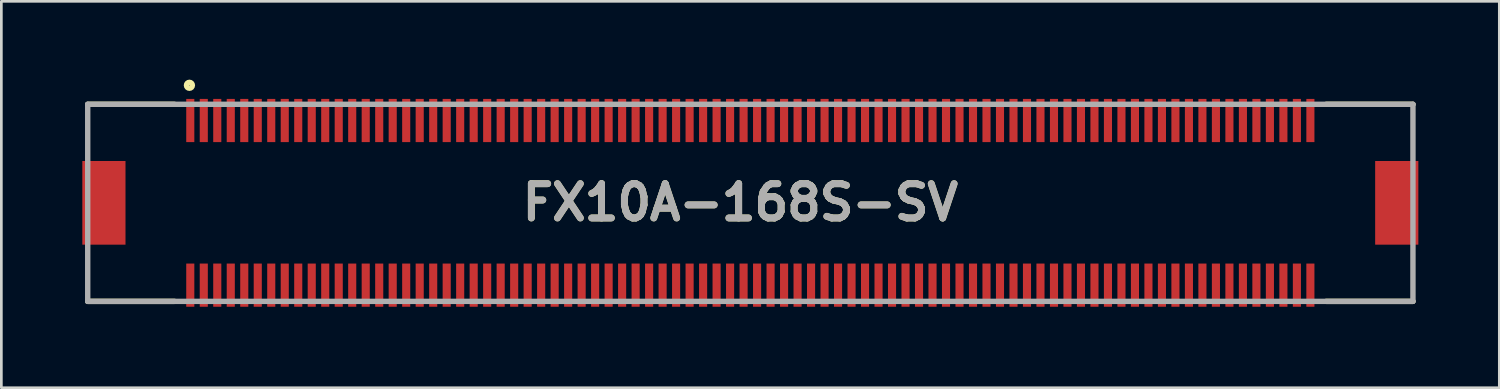
<source format=kicad_pcb>
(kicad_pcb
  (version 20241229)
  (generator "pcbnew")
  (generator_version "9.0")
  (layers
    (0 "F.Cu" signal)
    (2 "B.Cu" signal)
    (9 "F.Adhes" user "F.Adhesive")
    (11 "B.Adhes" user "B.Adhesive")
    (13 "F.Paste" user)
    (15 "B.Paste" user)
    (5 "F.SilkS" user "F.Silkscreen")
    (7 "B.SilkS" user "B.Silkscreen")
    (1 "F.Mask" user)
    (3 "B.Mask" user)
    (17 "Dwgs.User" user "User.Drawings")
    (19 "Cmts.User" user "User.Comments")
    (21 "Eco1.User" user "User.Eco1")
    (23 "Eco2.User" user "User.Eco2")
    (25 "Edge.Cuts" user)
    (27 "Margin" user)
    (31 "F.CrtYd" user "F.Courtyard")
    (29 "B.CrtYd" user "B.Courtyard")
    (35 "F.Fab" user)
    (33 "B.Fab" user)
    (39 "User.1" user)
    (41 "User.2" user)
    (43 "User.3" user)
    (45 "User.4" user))
  (footprint "FX10A-168S-SV"
    (layer "F.Cu")
    (at 24.75 4.465)
    (property "Reference" "FX10A-168S-SV" (at -0.372 -0.014 0) (layer "F.SilkS") (effects (font (size 1.27 1.27) (thickness 0.254))))
    (attr through_hole)
    (fp_line (start -24.55 -3.65) (end -21.336 -3.65) (stroke (width 0.2) (type solid)) (layer "F.SilkS"))
    (fp_line (start -24.55 3.65) (end -21.336 3.65) (stroke (width 0.2) (type solid)) (layer "F.SilkS"))
    (fp_line (start 24.55 -3.65) (end 21.336 -3.65) (stroke (width 0.2) (type solid)) (layer "F.SilkS"))
    (fp_line (start 24.55 3.65) (end 21.336 3.65) (stroke (width 0.2) (type solid)) (layer "F.SilkS"))
    (fp_circle (center -20.782 -4.355) (end -20.782 -4.345) (stroke (width 0.2) (type solid)) (fill no) (layer "F.SilkS"))
    (fp_line (start -24.55 -3.65) (end 24.55 -3.65) (stroke (width 0.2) (type solid)) (layer "F.Fab"))
    (fp_line (start -24.55 3.65) (end -24.55 -3.65) (stroke (width 0.2) (type solid)) (layer "F.Fab"))
    (fp_line (start 24.55 -3.65) (end 24.55 3.65) (stroke (width 0.2) (type solid)) (layer "F.Fab"))
    (fp_line (start 24.55 3.65) (end -24.55 3.65) (stroke (width 0.2) (type solid)) (layer "F.Fab"))
    (fp_text user "${REFERENCE}" (at -0.372 -0.014 0) (layer "F.Fab") (effects (font (size 1.27 1.27) (thickness 0.254))))
    (pad "" np_thru_hole circle (at -22.2 0) (size 0.001 0.001) (drill 1.25) (layers "*.Cu" "*.Mask"))
    (pad "" np_thru_hole circle (at 22.2 0) (size 0.001 0.001) (drill 1.25) (layers "*.Cu" "*.Mask"))
    (pad "1" smd rect (at -20.75 -3.05) (size 0.3 1.6) (layers "F.Cu" "F.Mask" "F.Paste"))
    (pad "2" smd rect (at -20.75 3.05) (size 0.3 1.6) (layers "F.Cu" "F.Mask" "F.Paste"))
    (pad "3" smd rect (at -20.25 -3.05) (size 0.3 1.6) (layers "F.Cu" "F.Mask" "F.Paste"))
    (pad "4" smd rect (at -20.25 3.05) (size 0.3 1.6) (layers "F.Cu" "F.Mask" "F.Paste"))
    (pad "5" smd rect (at -19.75 -3.05) (size 0.3 1.6) (layers "F.Cu" "F.Mask" "F.Paste"))
    (pad "6" smd rect (at -19.75 3.05) (size 0.3 1.6) (layers "F.Cu" "F.Mask" "F.Paste"))
    (pad "7" smd rect (at -19.25 -3.05) (size 0.3 1.6) (layers "F.Cu" "F.Mask" "F.Paste"))
    (pad "8" smd rect (at -19.25 3.05) (size 0.3 1.6) (layers "F.Cu" "F.Mask" "F.Paste"))
    (pad "9" smd rect (at -18.75 -3.05) (size 0.3 1.6) (layers "F.Cu" "F.Mask" "F.Paste"))
    (pad "10" smd rect (at -18.75 3.05) (size 0.3 1.6) (layers "F.Cu" "F.Mask" "F.Paste"))
    (pad "11" smd rect (at -18.25 -3.05) (size 0.3 1.6) (layers "F.Cu" "F.Mask" "F.Paste"))
    (pad "12" smd rect (at -18.25 3.05) (size 0.3 1.6) (layers "F.Cu" "F.Mask" "F.Paste"))
    (pad "13" smd rect (at -17.75 -3.05) (size 0.3 1.6) (layers "F.Cu" "F.Mask" "F.Paste"))
    (pad "14" smd rect (at -17.75 3.05) (size 0.3 1.6) (layers "F.Cu" "F.Mask" "F.Paste"))
    (pad "15" smd rect (at -17.25 -3.05) (size 0.3 1.6) (layers "F.Cu" "F.Mask" "F.Paste"))
    (pad "16" smd rect (at -17.25 3.05) (size 0.3 1.6) (layers "F.Cu" "F.Mask" "F.Paste"))
    (pad "17" smd rect (at -16.75 -3.05) (size 0.3 1.6) (layers "F.Cu" "F.Mask" "F.Paste"))
    (pad "18" smd rect (at -16.75 3.05) (size 0.3 1.6) (layers "F.Cu" "F.Mask" "F.Paste"))
    (pad "19" smd rect (at -16.25 -3.05) (size 0.3 1.6) (layers "F.Cu" "F.Mask" "F.Paste"))
    (pad "20" smd rect (at -16.25 3.05) (size 0.3 1.6) (layers "F.Cu" "F.Mask" "F.Paste"))
    (pad "21" smd rect (at -15.75 -3.05) (size 0.3 1.6) (layers "F.Cu" "F.Mask" "F.Paste"))
    (pad "22" smd rect (at -15.75 3.05) (size 0.3 1.6) (layers "F.Cu" "F.Mask" "F.Paste"))
    (pad "23" smd rect (at -15.25 -3.05) (size 0.3 1.6) (layers "F.Cu" "F.Mask" "F.Paste"))
    (pad "24" smd rect (at -15.25 3.05) (size 0.3 1.6) (layers "F.Cu" "F.Mask" "F.Paste"))
    (pad "25" smd rect (at -14.75 -3.05) (size 0.3 1.6) (layers "F.Cu" "F.Mask" "F.Paste"))
    (pad "26" smd rect (at -14.75 3.05) (size 0.3 1.6) (layers "F.Cu" "F.Mask" "F.Paste"))
    (pad "27" smd rect (at -14.25 -3.05) (size 0.3 1.6) (layers "F.Cu" "F.Mask" "F.Paste"))
    (pad "28" smd rect (at -14.25 3.05) (size 0.3 1.6) (layers "F.Cu" "F.Mask" "F.Paste"))
    (pad "29" smd rect (at -13.75 -3.05) (size 0.3 1.6) (layers "F.Cu" "F.Mask" "F.Paste"))
    (pad "30" smd rect (at -13.75 3.05) (size 0.3 1.6) (layers "F.Cu" "F.Mask" "F.Paste"))
    (pad "31" smd rect (at -13.25 -3.05) (size 0.3 1.6) (layers "F.Cu" "F.Mask" "F.Paste"))
    (pad "32" smd rect (at -13.25 3.05) (size 0.3 1.6) (layers "F.Cu" "F.Mask" "F.Paste"))
    (pad "33" smd rect (at -12.75 -3.05) (size 0.3 1.6) (layers "F.Cu" "F.Mask" "F.Paste"))
    (pad "34" smd rect (at -12.75 3.05) (size 0.3 1.6) (layers "F.Cu" "F.Mask" "F.Paste"))
    (pad "35" smd rect (at -12.25 -3.05) (size 0.3 1.6) (layers "F.Cu" "F.Mask" "F.Paste"))
    (pad "36" smd rect (at -12.25 3.05) (size 0.3 1.6) (layers "F.Cu" "F.Mask" "F.Paste"))
    (pad "37" smd rect (at -11.75 -3.05) (size 0.3 1.6) (layers "F.Cu" "F.Mask" "F.Paste"))
    (pad "38" smd rect (at -11.75 3.05) (size 0.3 1.6) (layers "F.Cu" "F.Mask" "F.Paste"))
    (pad "39" smd rect (at -11.25 -3.05) (size 0.3 1.6) (layers "F.Cu" "F.Mask" "F.Paste"))
    (pad "40" smd rect (at -11.25 3.05) (size 0.3 1.6) (layers "F.Cu" "F.Mask" "F.Paste"))
    (pad "41" smd rect (at -10.75 -3.05) (size 0.3 1.6) (layers "F.Cu" "F.Mask" "F.Paste"))
    (pad "42" smd rect (at -10.75 3.05) (size 0.3 1.6) (layers "F.Cu" "F.Mask" "F.Paste"))
    (pad "43" smd rect (at -10.25 -3.05) (size 0.3 1.6) (layers "F.Cu" "F.Mask" "F.Paste"))
    (pad "44" smd rect (at -10.25 3.05) (size 0.3 1.6) (layers "F.Cu" "F.Mask" "F.Paste"))
    (pad "45" smd rect (at -9.75 -3.05) (size 0.3 1.6) (layers "F.Cu" "F.Mask" "F.Paste"))
    (pad "46" smd rect (at -9.75 3.05) (size 0.3 1.6) (layers "F.Cu" "F.Mask" "F.Paste"))
    (pad "47" smd rect (at -9.25 -3.05) (size 0.3 1.6) (layers "F.Cu" "F.Mask" "F.Paste"))
    (pad "48" smd rect (at -9.25 3.05) (size 0.3 1.6) (layers "F.Cu" "F.Mask" "F.Paste"))
    (pad "49" smd rect (at -8.75 -3.05) (size 0.3 1.6) (layers "F.Cu" "F.Mask" "F.Paste"))
    (pad "50" smd rect (at -8.75 3.05) (size 0.3 1.6) (layers "F.Cu" "F.Mask" "F.Paste"))
    (pad "51" smd rect (at -8.25 -3.05) (size 0.3 1.6) (layers "F.Cu" "F.Mask" "F.Paste"))
    (pad "52" smd rect (at -8.25 3.05) (size 0.3 1.6) (layers "F.Cu" "F.Mask" "F.Paste"))
    (pad "53" smd rect (at -7.75 -3.05) (size 0.3 1.6) (layers "F.Cu" "F.Mask" "F.Paste"))
    (pad "54" smd rect (at -7.75 3.05) (size 0.3 1.6) (layers "F.Cu" "F.Mask" "F.Paste"))
    (pad "55" smd rect (at -7.25 -3.05) (size 0.3 1.6) (layers "F.Cu" "F.Mask" "F.Paste"))
    (pad "56" smd rect (at -7.25 3.05) (size 0.3 1.6) (layers "F.Cu" "F.Mask" "F.Paste"))
    (pad "57" smd rect (at -6.75 -3.05) (size 0.3 1.6) (layers "F.Cu" "F.Mask" "F.Paste"))
    (pad "58" smd rect (at -6.75 3.05) (size 0.3 1.6) (layers "F.Cu" "F.Mask" "F.Paste"))
    (pad "59" smd rect (at -6.25 -3.05) (size 0.3 1.6) (layers "F.Cu" "F.Mask" "F.Paste"))
    (pad "60" smd rect (at -6.25 3.05) (size 0.3 1.6) (layers "F.Cu" "F.Mask" "F.Paste"))
    (pad "61" smd rect (at -5.75 -3.05) (size 0.3 1.6) (layers "F.Cu" "F.Mask" "F.Paste"))
    (pad "62" smd rect (at -5.75 3.05) (size 0.3 1.6) (layers "F.Cu" "F.Mask" "F.Paste"))
    (pad "63" smd rect (at -5.25 -3.05) (size 0.3 1.6) (layers "F.Cu" "F.Mask" "F.Paste"))
    (pad "64" smd rect (at -5.25 3.05) (size 0.3 1.6) (layers "F.Cu" "F.Mask" "F.Paste"))
    (pad "65" smd rect (at -4.75 -3.05) (size 0.3 1.6) (layers "F.Cu" "F.Mask" "F.Paste"))
    (pad "66" smd rect (at -4.75 3.05) (size 0.3 1.6) (layers "F.Cu" "F.Mask" "F.Paste"))
    (pad "67" smd rect (at -4.25 -3.05) (size 0.3 1.6) (layers "F.Cu" "F.Mask" "F.Paste"))
    (pad "68" smd rect (at -4.25 3.05) (size 0.3 1.6) (layers "F.Cu" "F.Mask" "F.Paste"))
    (pad "69" smd rect (at -3.75 -3.05) (size 0.3 1.6) (layers "F.Cu" "F.Mask" "F.Paste"))
    (pad "70" smd rect (at -3.75 3.05) (size 0.3 1.6) (layers "F.Cu" "F.Mask" "F.Paste"))
    (pad "71" smd rect (at -3.25 -3.05) (size 0.3 1.6) (layers "F.Cu" "F.Mask" "F.Paste"))
    (pad "72" smd rect (at -3.25 3.05) (size 0.3 1.6) (layers "F.Cu" "F.Mask" "F.Paste"))
    (pad "73" smd rect (at -2.75 -3.05) (size 0.3 1.6) (layers "F.Cu" "F.Mask" "F.Paste"))
    (pad "74" smd rect (at -2.75 3.05) (size 0.3 1.6) (layers "F.Cu" "F.Mask" "F.Paste"))
    (pad "75" smd rect (at -2.25 -3.05) (size 0.3 1.6) (layers "F.Cu" "F.Mask" "F.Paste"))
    (pad "76" smd rect (at -2.25 3.05) (size 0.3 1.6) (layers "F.Cu" "F.Mask" "F.Paste"))
    (pad "77" smd rect (at -1.75 -3.05) (size 0.3 1.6) (layers "F.Cu" "F.Mask" "F.Paste"))
    (pad "78" smd rect (at -1.75 3.05) (size 0.3 1.6) (layers "F.Cu" "F.Mask" "F.Paste"))
    (pad "79" smd rect (at -1.25 -3.05) (size 0.3 1.6) (layers "F.Cu" "F.Mask" "F.Paste"))
    (pad "80" smd rect (at -1.25 3.05) (size 0.3 1.6) (layers "F.Cu" "F.Mask" "F.Paste"))
    (pad "81" smd rect (at -0.75 -3.05) (size 0.3 1.6) (layers "F.Cu" "F.Mask" "F.Paste"))
    (pad "82" smd rect (at -0.75 3.05) (size 0.3 1.6) (layers "F.Cu" "F.Mask" "F.Paste"))
    (pad "83" smd rect (at -0.25 -3.05) (size 0.3 1.6) (layers "F.Cu" "F.Mask" "F.Paste"))
    (pad "84" smd rect (at -0.25 3.05) (size 0.3 1.6) (layers "F.Cu" "F.Mask" "F.Paste"))
    (pad "85" smd rect (at 0.25 -3.05) (size 0.3 1.6) (layers "F.Cu" "F.Mask" "F.Paste"))
    (pad "86" smd rect (at 0.25 3.05) (size 0.3 1.6) (layers "F.Cu" "F.Mask" "F.Paste"))
    (pad "87" smd rect (at 0.75 -3.05) (size 0.3 1.6) (layers "F.Cu" "F.Mask" "F.Paste"))
    (pad "88" smd rect (at 0.75 3.05) (size 0.3 1.6) (layers "F.Cu" "F.Mask" "F.Paste"))
    (pad "89" smd rect (at 1.25 -3.05) (size 0.3 1.6) (layers "F.Cu" "F.Mask" "F.Paste"))
    (pad "90" smd rect (at 1.25 3.05) (size 0.3 1.6) (layers "F.Cu" "F.Mask" "F.Paste"))
    (pad "91" smd rect (at 1.75 -3.05) (size 0.3 1.6) (layers "F.Cu" "F.Mask" "F.Paste"))
    (pad "92" smd rect (at 1.75 3.05) (size 0.3 1.6) (layers "F.Cu" "F.Mask" "F.Paste"))
    (pad "93" smd rect (at 2.25 -3.05) (size 0.3 1.6) (layers "F.Cu" "F.Mask" "F.Paste"))
    (pad "94" smd rect (at 2.25 3.05) (size 0.3 1.6) (layers "F.Cu" "F.Mask" "F.Paste"))
    (pad "95" smd rect (at 2.75 -3.05) (size 0.3 1.6) (layers "F.Cu" "F.Mask" "F.Paste"))
    (pad "96" smd rect (at 2.75 3.05) (size 0.3 1.6) (layers "F.Cu" "F.Mask" "F.Paste"))
    (pad "97" smd rect (at 3.25 -3.05) (size 0.3 1.6) (layers "F.Cu" "F.Mask" "F.Paste"))
    (pad "98" smd rect (at 3.25 3.05) (size 0.3 1.6) (layers "F.Cu" "F.Mask" "F.Paste"))
    (pad "99" smd rect (at 3.75 -3.05) (size 0.3 1.6) (layers "F.Cu" "F.Mask" "F.Paste"))
    (pad "100" smd rect (at 3.75 3.05) (size 0.3 1.6) (layers "F.Cu" "F.Mask" "F.Paste"))
    (pad "101" smd rect (at 4.25 -3.05) (size 0.3 1.6) (layers "F.Cu" "F.Mask" "F.Paste"))
    (pad "102" smd rect (at 4.25 3.05) (size 0.3 1.6) (layers "F.Cu" "F.Mask" "F.Paste"))
    (pad "103" smd rect (at 4.75 -3.05) (size 0.3 1.6) (layers "F.Cu" "F.Mask" "F.Paste"))
    (pad "104" smd rect (at 4.75 3.05) (size 0.3 1.6) (layers "F.Cu" "F.Mask" "F.Paste"))
    (pad "105" smd rect (at 5.25 -3.05) (size 0.3 1.6) (layers "F.Cu" "F.Mask" "F.Paste"))
    (pad "106" smd rect (at 5.25 3.05) (size 0.3 1.6) (layers "F.Cu" "F.Mask" "F.Paste"))
    (pad "107" smd rect (at 5.75 -3.05) (size 0.3 1.6) (layers "F.Cu" "F.Mask" "F.Paste"))
    (pad "108" smd rect (at 5.75 3.05) (size 0.3 1.6) (layers "F.Cu" "F.Mask" "F.Paste"))
    (pad "109" smd rect (at 6.25 -3.05) (size 0.3 1.6) (layers "F.Cu" "F.Mask" "F.Paste"))
    (pad "110" smd rect (at 6.25 3.05) (size 0.3 1.6) (layers "F.Cu" "F.Mask" "F.Paste"))
    (pad "111" smd rect (at 6.75 -3.05) (size 0.3 1.6) (layers "F.Cu" "F.Mask" "F.Paste"))
    (pad "112" smd rect (at 6.75 3.05) (size 0.3 1.6) (layers "F.Cu" "F.Mask" "F.Paste"))
    (pad "113" smd rect (at 7.25 -3.05) (size 0.3 1.6) (layers "F.Cu" "F.Mask" "F.Paste"))
    (pad "114" smd rect (at 7.25 3.05) (size 0.3 1.6) (layers "F.Cu" "F.Mask" "F.Paste"))
    (pad "115" smd rect (at 7.75 -3.05) (size 0.3 1.6) (layers "F.Cu" "F.Mask" "F.Paste"))
    (pad "116" smd rect (at 7.75 3.05) (size 0.3 1.6) (layers "F.Cu" "F.Mask" "F.Paste"))
    (pad "117" smd rect (at 8.25 -3.05) (size 0.3 1.6) (layers "F.Cu" "F.Mask" "F.Paste"))
    (pad "118" smd rect (at 8.25 3.05) (size 0.3 1.6) (layers "F.Cu" "F.Mask" "F.Paste"))
    (pad "119" smd rect (at 8.75 -3.05) (size 0.3 1.6) (layers "F.Cu" "F.Mask" "F.Paste"))
    (pad "120" smd rect (at 8.75 3.05) (size 0.3 1.6) (layers "F.Cu" "F.Mask" "F.Paste"))
    (pad "121" smd rect (at 9.25 -3.05) (size 0.3 1.6) (layers "F.Cu" "F.Mask" "F.Paste"))
    (pad "122" smd rect (at 9.25 3.05) (size 0.3 1.6) (layers "F.Cu" "F.Mask" "F.Paste"))
    (pad "123" smd rect (at 9.75 -3.05) (size 0.3 1.6) (layers "F.Cu" "F.Mask" "F.Paste"))
    (pad "124" smd rect (at 9.75 3.05) (size 0.3 1.6) (layers "F.Cu" "F.Mask" "F.Paste"))
    (pad "125" smd rect (at 10.25 -3.05) (size 0.3 1.6) (layers "F.Cu" "F.Mask" "F.Paste"))
    (pad "126" smd rect (at 10.25 3.05) (size 0.3 1.6) (layers "F.Cu" "F.Mask" "F.Paste"))
    (pad "127" smd rect (at 10.75 -3.05) (size 0.3 1.6) (layers "F.Cu" "F.Mask" "F.Paste"))
    (pad "128" smd rect (at 10.75 3.05) (size 0.3 1.6) (layers "F.Cu" "F.Mask" "F.Paste"))
    (pad "129" smd rect (at 11.25 -3.05) (size 0.3 1.6) (layers "F.Cu" "F.Mask" "F.Paste"))
    (pad "130" smd rect (at 11.25 3.05) (size 0.3 1.6) (layers "F.Cu" "F.Mask" "F.Paste"))
    (pad "131" smd rect (at 11.75 -3.05) (size 0.3 1.6) (layers "F.Cu" "F.Mask" "F.Paste"))
    (pad "132" smd rect (at 11.75 3.05) (size 0.3 1.6) (layers "F.Cu" "F.Mask" "F.Paste"))
    (pad "133" smd rect (at 12.25 -3.05) (size 0.3 1.6) (layers "F.Cu" "F.Mask" "F.Paste"))
    (pad "134" smd rect (at 12.25 3.05) (size 0.3 1.6) (layers "F.Cu" "F.Mask" "F.Paste"))
    (pad "135" smd rect (at 12.75 -3.05) (size 0.3 1.6) (layers "F.Cu" "F.Mask" "F.Paste"))
    (pad "136" smd rect (at 12.75 3.05) (size 0.3 1.6) (layers "F.Cu" "F.Mask" "F.Paste"))
    (pad "137" smd rect (at 13.25 -3.05) (size 0.3 1.6) (layers "F.Cu" "F.Mask" "F.Paste"))
    (pad "138" smd rect (at 13.25 3.05) (size 0.3 1.6) (layers "F.Cu" "F.Mask" "F.Paste"))
    (pad "139" smd rect (at 13.75 -3.05) (size 0.3 1.6) (layers "F.Cu" "F.Mask" "F.Paste"))
    (pad "140" smd rect (at 13.75 3.05) (size 0.3 1.6) (layers "F.Cu" "F.Mask" "F.Paste"))
    (pad "141" smd rect (at 14.25 -3.05) (size 0.3 1.6) (layers "F.Cu" "F.Mask" "F.Paste"))
    (pad "142" smd rect (at 14.25 3.05) (size 0.3 1.6) (layers "F.Cu" "F.Mask" "F.Paste"))
    (pad "143" smd rect (at 14.75 -3.05) (size 0.3 1.6) (layers "F.Cu" "F.Mask" "F.Paste"))
    (pad "144" smd rect (at 14.75 3.05) (size 0.3 1.6) (layers "F.Cu" "F.Mask" "F.Paste"))
    (pad "145" smd rect (at 15.25 -3.05) (size 0.3 1.6) (layers "F.Cu" "F.Mask" "F.Paste"))
    (pad "146" smd rect (at 15.25 3.05) (size 0.3 1.6) (layers "F.Cu" "F.Mask" "F.Paste"))
    (pad "147" smd rect (at 15.75 -3.05) (size 0.3 1.6) (layers "F.Cu" "F.Mask" "F.Paste"))
    (pad "148" smd rect (at 15.75 3.05) (size 0.3 1.6) (layers "F.Cu" "F.Mask" "F.Paste"))
    (pad "149" smd rect (at 16.25 -3.05) (size 0.3 1.6) (layers "F.Cu" "F.Mask" "F.Paste"))
    (pad "150" smd rect (at 16.25 3.05) (size 0.3 1.6) (layers "F.Cu" "F.Mask" "F.Paste"))
    (pad "151" smd rect (at 16.75 -3.05) (size 0.3 1.6) (layers "F.Cu" "F.Mask" "F.Paste"))
    (pad "152" smd rect (at 16.75 3.05) (size 0.3 1.6) (layers "F.Cu" "F.Mask" "F.Paste"))
    (pad "153" smd rect (at 17.25 -3.05) (size 0.3 1.6) (layers "F.Cu" "F.Mask" "F.Paste"))
    (pad "154" smd rect (at 17.25 3.05) (size 0.3 1.6) (layers "F.Cu" "F.Mask" "F.Paste"))
    (pad "155" smd rect (at 17.75 -3.05) (size 0.3 1.6) (layers "F.Cu" "F.Mask" "F.Paste"))
    (pad "156" smd rect (at 17.75 3.05) (size 0.3 1.6) (layers "F.Cu" "F.Mask" "F.Paste"))
    (pad "157" smd rect (at 18.25 -3.05) (size 0.3 1.6) (layers "F.Cu" "F.Mask" "F.Paste"))
    (pad "158" smd rect (at 18.25 3.05) (size 0.3 1.6) (layers "F.Cu" "F.Mask" "F.Paste"))
    (pad "159" smd rect (at 18.75 -3.05) (size 0.3 1.6) (layers "F.Cu" "F.Mask" "F.Paste"))
    (pad "160" smd rect (at 18.75 3.05) (size 0.3 1.6) (layers "F.Cu" "F.Mask" "F.Paste"))
    (pad "161" smd rect (at 19.25 -3.05) (size 0.3 1.6) (layers "F.Cu" "F.Mask" "F.Paste"))
    (pad "162" smd rect (at 19.25 3.05) (size 0.3 1.6) (layers "F.Cu" "F.Mask" "F.Paste"))
    (pad "163" smd rect (at 19.75 -3.05) (size 0.3 1.6) (layers "F.Cu" "F.Mask" "F.Paste"))
    (pad "164" smd rect (at 19.75 3.05) (size 0.3 1.6) (layers "F.Cu" "F.Mask" "F.Paste"))
    (pad "165" smd rect (at 20.25 -3.05) (size 0.3 1.6) (layers "F.Cu" "F.Mask" "F.Paste"))
    (pad "166" smd rect (at 20.25 3.05) (size 0.3 1.6) (layers "F.Cu" "F.Mask" "F.Paste"))
    (pad "167" smd rect (at 20.75 -3.05) (size 0.3 1.6) (layers "F.Cu" "F.Mask" "F.Paste"))
    (pad "168" smd rect (at 20.75 3.05) (size 0.3 1.6) (layers "F.Cu" "F.Mask" "F.Paste"))
    (pad "MP1" smd rect (at -23.95 0) (size 1.6 3.1) (layers "F.Cu" "F.Mask" "F.Paste"))
    (pad "MP2" smd rect (at 23.95 0) (size 1.6 3.1) (layers "F.Cu" "F.Mask" "F.Paste")))
  (gr_rect
    (start -3 -3)
    (end 52.5 11.315)
    (stroke (width 0.1) (type default))
    (fill no)
    (layer "Edge.Cuts")))
</source>
